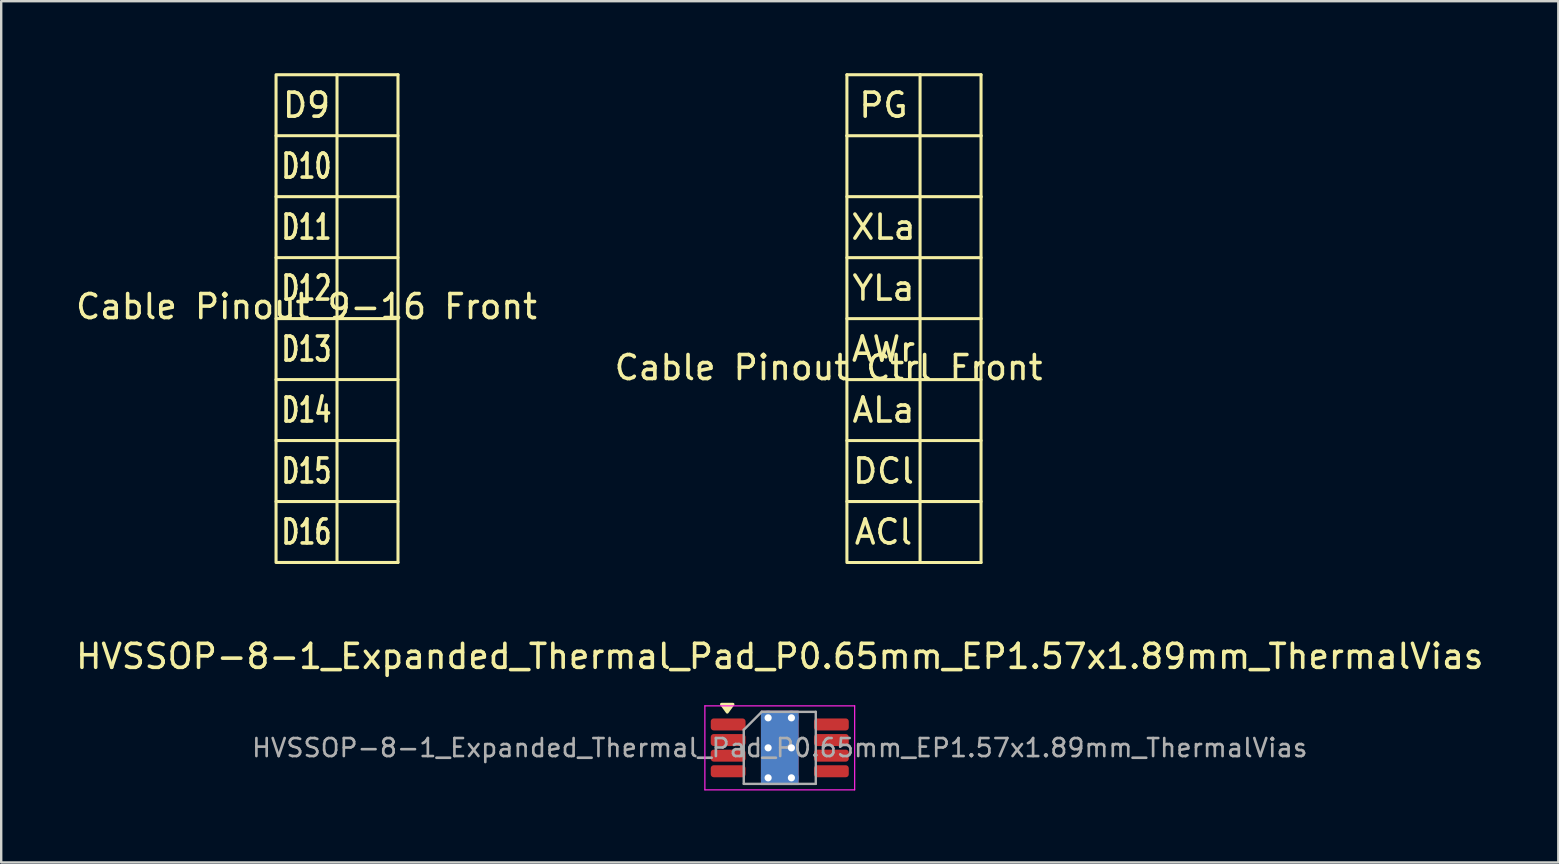
<source format=kicad_pcb>
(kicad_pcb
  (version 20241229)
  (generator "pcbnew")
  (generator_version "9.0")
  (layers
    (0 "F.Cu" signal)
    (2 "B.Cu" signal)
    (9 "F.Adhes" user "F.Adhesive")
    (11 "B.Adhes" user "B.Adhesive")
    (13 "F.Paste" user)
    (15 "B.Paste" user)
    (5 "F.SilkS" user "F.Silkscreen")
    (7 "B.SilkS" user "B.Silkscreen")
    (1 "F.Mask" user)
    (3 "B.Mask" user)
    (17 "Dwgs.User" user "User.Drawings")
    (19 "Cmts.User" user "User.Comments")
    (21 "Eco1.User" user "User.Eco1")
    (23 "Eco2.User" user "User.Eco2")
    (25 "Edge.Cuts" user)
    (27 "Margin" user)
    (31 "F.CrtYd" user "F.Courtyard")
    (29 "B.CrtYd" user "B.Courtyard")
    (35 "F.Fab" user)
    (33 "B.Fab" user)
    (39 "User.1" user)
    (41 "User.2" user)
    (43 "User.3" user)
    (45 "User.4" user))
  (footprint "HVSSOP-8-1_Expanded_Thermal_Pad_P0.65mm_EP1.57x1.89mm_ThermalVias"
    (layer "F.Cu")
    (at 29.435 28.105)
    (property "Reference" "HVSSOP-8-1_Expanded_Thermal_Pad_P0.65mm_EP1.57x1.89mm_ThermalVias" (at 0 -3.81 0) (layer "F.SilkS") (effects (font (size 1 1) (thickness 0.15))))
    (attr smd)
    (fp_rect (start -0.785 -0.945) (end 0.785 0.945) (stroke (width 0) (type default)) (fill yes) (layer "F.Mask"))
    (fp_poly (pts (xy -2.188 -1.485) (xy -2.428 -1.815) (xy -1.948 -1.815) (xy -2.188 -1.485)) (stroke (width 0.12) (type solid)) (fill yes) (layer "F.SilkS"))
    (fp_line (start -3.12 -1.75) (end -3.12 1.75) (stroke (width 0.05) (type solid)) (layer "F.CrtYd"))
    (fp_line (start -3.12 1.75) (end 3.12 1.75) (stroke (width 0.05) (type solid)) (layer "F.CrtYd"))
    (fp_line (start 3.12 -1.75) (end -3.12 -1.75) (stroke (width 0.05) (type solid)) (layer "F.CrtYd"))
    (fp_line (start 3.12 1.75) (end 3.12 -1.75) (stroke (width 0.05) (type solid)) (layer "F.CrtYd"))
    (fp_line (start -1.5 -0.75) (end -0.75 -1.5) (stroke (width 0.1) (type solid)) (layer "F.Fab"))
    (fp_line (start -1.5 1.5) (end -1.5 -0.75) (stroke (width 0.1) (type solid)) (layer "F.Fab"))
    (fp_line (start -0.75 -1.5) (end 1.5 -1.5) (stroke (width 0.1) (type solid)) (layer "F.Fab"))
    (fp_line (start 1.5 -1.5) (end 1.5 1.5) (stroke (width 0.1) (type solid)) (layer "F.Fab"))
    (fp_line (start 1.5 1.5) (end -1.5 1.5) (stroke (width 0.1) (type solid)) (layer "F.Fab"))
    (fp_text user "${REFERENCE}" (at 0 0 0) (layer "F.Fab") (effects (font (size 0.75 0.75) (thickness 0.11))))
    (pad "" smd roundrect (at 0 0) (size 1.41 1.7) (layers "F.Paste") (roundrect_rratio 0.25))
    (pad "1" smd roundrect (at -2.15 -0.975) (size 1.45 0.5) (layers "F.Cu" "F.Mask" "F.Paste") (roundrect_rratio 0.25))
    (pad "2" smd roundrect (at -2.15 -0.325) (size 1.45 0.5) (layers "F.Cu" "F.Mask" "F.Paste") (roundrect_rratio 0.25))
    (pad "3" smd roundrect (at -2.15 0.325) (size 1.45 0.5) (layers "F.Cu" "F.Mask" "F.Paste") (roundrect_rratio 0.25))
    (pad "4" smd roundrect (at -2.15 0.975) (size 1.45 0.5) (layers "F.Cu" "F.Mask" "F.Paste") (roundrect_rratio 0.25))
    (pad "5" smd roundrect (at 2.15 0.975) (size 1.45 0.5) (layers "F.Cu" "F.Mask" "F.Paste") (roundrect_rratio 0.25))
    (pad "6" smd roundrect (at 2.15 0.325) (size 1.45 0.5) (layers "F.Cu" "F.Mask" "F.Paste") (roundrect_rratio 0.25))
    (pad "7" smd roundrect (at 2.15 -0.325) (size 1.45 0.5) (layers "F.Cu" "F.Mask" "F.Paste") (roundrect_rratio 0.25))
    (pad "8" smd roundrect (at 2.15 -0.975) (size 1.45 0.5) (layers "F.Cu" "F.Mask" "F.Paste") (roundrect_rratio 0.25))
    (pad "9" thru_hole circle (at -0.485 -1.25) (size 0.6 0.6) (drill 0.3) (property pad_prop_heatsink) (layers "*.Cu"))
    (pad "9" thru_hole circle (at -0.485 0) (size 0.6 0.6) (drill 0.3) (property pad_prop_heatsink) (layers "*.Cu"))
    (pad "9" thru_hole circle (at -0.485 1.25) (size 0.6 0.6) (drill 0.3) (property pad_prop_heatsink) (layers "*.Cu"))
    (pad "9" smd rect (at 0 0) (size 1.57 3.1) (property pad_prop_heatsink) (layers "F.Cu"))
    (pad "9" smd rect (at 0 0) (size 1.57 3.1) (property pad_prop_heatsink) (layers "B.Cu"))
    (pad "9" thru_hole circle (at 0.485 -1.25) (size 0.6 0.6) (drill 0.3) (property pad_prop_heatsink) (layers "*.Cu"))
    (pad "9" thru_hole circle (at 0.485 0) (size 0.6 0.6) (drill 0.3) (property pad_prop_heatsink) (layers "*.Cu"))
    (pad "9" thru_hole circle (at 0.485 1.25) (size 0.6 0.6) (drill 0.3) (property pad_prop_heatsink) (layers "*.Cu")))
  (footprint "Cable Pinout Ctrl Front"
    (layer "F.Cu")
    (at 33.756 12.764)
    (property "Reference" "Cable Pinout Ctrl Front" (at -2.286 -0.5 0) (unlocked yes) (layer "F.SilkS") (effects (font (size 1 1) (thickness 0.15))))
    (attr smd)
    (fp_line (start -1.524 -12.7) (end -1.524 -10.16) (stroke (width 0.127) (type default)) (layer "F.SilkS"))
    (fp_line (start -1.524 -10.16) (end -1.524 -7.62) (stroke (width 0.127) (type default)) (layer "F.SilkS"))
    (fp_line (start -1.524 -10.16) (end 1.524 -10.16) (stroke (width 0.127) (type default)) (layer "F.SilkS"))
    (fp_line (start 1.524 -12.7) (end -1.524 -12.7) (stroke (width 0.127) (type default)) (layer "F.SilkS"))
    (fp_line (start 1.524 -12.7) (end 1.524 -10.16) (stroke (width 0.127) (type default)) (layer "F.SilkS"))
    (fp_line (start 1.524 -10.16) (end 1.524 -7.62) (stroke (width 0.127) (type default)) (layer "F.SilkS"))
    (fp_line (start 1.524 -10.16) (end 4.064 -10.16) (stroke (width 0.127) (type default)) (layer "F.SilkS"))
    (fp_line (start 1.524 -7.62) (end 4.064 -7.62) (stroke (width 0.127) (type default)) (layer "F.SilkS"))
    (fp_line (start 1.524 -5.08) (end -1.524 -5.08) (stroke (width 0.127) (type default)) (layer "F.SilkS"))
    (fp_line (start 1.524 -2.54) (end -1.524 -2.54) (stroke (width 0.127) (type default)) (layer "F.SilkS"))
    (fp_line (start 1.524 0) (end -1.524 0) (stroke (width 0.127) (type default)) (layer "F.SilkS"))
    (fp_line (start 1.524 2.54) (end -1.524 2.54) (stroke (width 0.127) (type default)) (layer "F.SilkS"))
    (fp_line (start 1.524 5.08) (end -1.524 5.08) (stroke (width 0.127) (type default)) (layer "F.SilkS"))
    (fp_line (start 4.064 -12.7) (end 1.524 -12.7) (stroke (width 0.127) (type default)) (layer "F.SilkS"))
    (fp_line (start 4.064 -10.16) (end 4.064 -12.7) (stroke (width 0.127) (type default)) (layer "F.SilkS"))
    (fp_line (start 4.064 -10.16) (end 4.064 -7.62) (stroke (width 0.127) (type default)) (layer "F.SilkS"))
    (fp_line (start 4.064 -7.62) (end 4.064 7.62) (stroke (width 0.127) (type default)) (layer "F.SilkS"))
    (fp_line (start 4.064 -5.08) (end 1.524 -5.08) (stroke (width 0.127) (type default)) (layer "F.SilkS"))
    (fp_line (start 4.064 -2.54) (end 1.524 -2.54) (stroke (width 0.127) (type default)) (layer "F.SilkS"))
    (fp_line (start 4.064 0) (end 1.524 0) (stroke (width 0.127) (type default)) (layer "F.SilkS"))
    (fp_line (start 4.064 2.54) (end 1.524 2.54) (stroke (width 0.127) (type default)) (layer "F.SilkS"))
    (fp_line (start 4.064 5.08) (end 1.524 5.08) (stroke (width 0.127) (type default)) (layer "F.SilkS"))
    (fp_line (start 4.064 7.62) (end 1.524 7.62) (stroke (width 0.127) (type default)) (layer "F.SilkS"))
    (fp_rect (start 1.524 -7.62) (end -1.524 7.62) (stroke (width 0.127) (type default)) (fill no) (layer "F.SilkS"))
    (fp_text user "DCl" (at 0 3.81 0) (unlocked yes) (layer "F.SilkS") (effects (font (size 1 1) (thickness 0.15))))
    (fp_text user "PG" (at 0 -11.43 0) (unlocked yes) (layer "F.SilkS") (effects (font (size 1 1) (thickness 0.15))))
    (fp_text user "ALa" (at 0 1.27 0) (unlocked yes) (layer "F.SilkS") (effects (font (size 1 1) (thickness 0.15))))
    (fp_text user "ACl" (at 0 6.35 0) (unlocked yes) (layer "F.SilkS") (effects (font (size 1 1) (thickness 0.15))))
    (fp_text user "XLa" (at 0 -6.35 0) (unlocked yes) (layer "F.SilkS") (effects (font (size 1 1) (thickness 0.15))))
    (fp_text user "AWr" (at 0 -1.27 0) (unlocked yes) (layer "F.SilkS") (effects (font (size 1 1) (thickness 0.15))))
    (fp_text user "YLa" (at 0 -3.81 0) (unlocked yes) (layer "F.SilkS") (effects (font (size 1 1) (thickness 0.15)))))
  (footprint "Cable Pinout 9-16 Front"
    (layer "F.Cu")
    (at 9.72 10.223)
    (property "Reference" "Cable Pinout 9-16 Front" (at 0 -0.5 0) (unlocked yes) (layer "F.SilkS") (effects (font (size 1 1) (thickness 0.15))))
    (attr smd)
    (fp_line (start 1.27 -10.16) (end 3.81 -10.16) (stroke (width 0.127) (type default)) (layer "F.SilkS"))
    (fp_line (start 1.27 -7.62) (end -1.27 -7.62) (stroke (width 0.127) (type default)) (layer "F.SilkS"))
    (fp_line (start 1.27 -7.62) (end 3.81 -7.62) (stroke (width 0.127) (type default)) (layer "F.SilkS"))
    (fp_line (start 1.27 -5.08) (end -1.27 -5.08) (stroke (width 0.127) (type default)) (layer "F.SilkS"))
    (fp_line (start 1.27 -5.08) (end 3.81 -5.08) (stroke (width 0.127) (type default)) (layer "F.SilkS"))
    (fp_line (start 1.27 -2.54) (end -1.27 -2.54) (stroke (width 0.127) (type default)) (layer "F.SilkS"))
    (fp_line (start 1.27 -2.54) (end 3.81 -2.54) (stroke (width 0.127) (type default)) (layer "F.SilkS"))
    (fp_line (start 1.27 0) (end -1.27 0) (stroke (width 0.127) (type default)) (layer "F.SilkS"))
    (fp_line (start 1.27 0) (end 3.81 0) (stroke (width 0.127) (type default)) (layer "F.SilkS"))
    (fp_line (start 1.27 2.54) (end -1.27 2.54) (stroke (width 0.127) (type default)) (layer "F.SilkS"))
    (fp_line (start 1.27 2.54) (end 3.81 2.54) (stroke (width 0.127) (type default)) (layer "F.SilkS"))
    (fp_line (start 1.27 5.08) (end -1.27 5.08) (stroke (width 0.127) (type default)) (layer "F.SilkS"))
    (fp_line (start 1.27 5.08) (end 3.81 5.08) (stroke (width 0.127) (type default)) (layer "F.SilkS"))
    (fp_line (start 1.27 7.62) (end -1.27 7.62) (stroke (width 0.127) (type default)) (layer "F.SilkS"))
    (fp_line (start 3.81 -10.16) (end 3.81 10.16) (stroke (width 0.127) (type default)) (layer "F.SilkS"))
    (fp_line (start 3.81 7.62) (end 1.27 7.62) (stroke (width 0.127) (type default)) (layer "F.SilkS"))
    (fp_line (start 3.81 10.16) (end 1.27 10.16) (stroke (width 0.127) (type default)) (layer "F.SilkS"))
    (fp_rect (start 1.27 -10.16) (end -1.27 10.16) (stroke (width 0.127) (type default)) (fill no) (layer "F.SilkS"))
    (fp_text user "D13" (at 0 1.27 0) (unlocked yes) (layer "F.SilkS") (effects (font (size 1 0.7) (thickness 0.15))))
    (fp_text user "D9" (at 0 -8.89 0) (unlocked yes) (layer "F.SilkS") (effects (font (size 1 1) (thickness 0.15))))
    (fp_text user "D15" (at 0 6.35 0) (unlocked yes) (layer "F.SilkS") (effects (font (size 1 0.7) (thickness 0.15))))
    (fp_text user "D16" (at 0 8.89 0) (unlocked yes) (layer "F.SilkS") (effects (font (size 1 0.7) (thickness 0.15))))
    (fp_text user "D14" (at 0 3.81 0) (unlocked yes) (layer "F.SilkS") (effects (font (size 1 0.7) (thickness 0.15))))
    (fp_text user "D12" (at 0 -1.27 0) (unlocked yes) (layer "F.SilkS") (effects (font (size 1 0.7) (thickness 0.15))))
    (fp_text user "D11" (at 0 -3.81 0) (unlocked yes) (layer "F.SilkS") (effects (font (size 1 0.7) (thickness 0.15))))
    (fp_text user "D10" (at 0 -6.35 0) (unlocked yes) (layer "F.SilkS") (effects (font (size 1 0.7) (thickness 0.15)))))
  (gr_rect
    (start -3 -3)
    (end 61.869 32.88)
    (stroke (width 0.1) (type default))
    (fill no)
    (layer "Edge.Cuts")))
</source>
